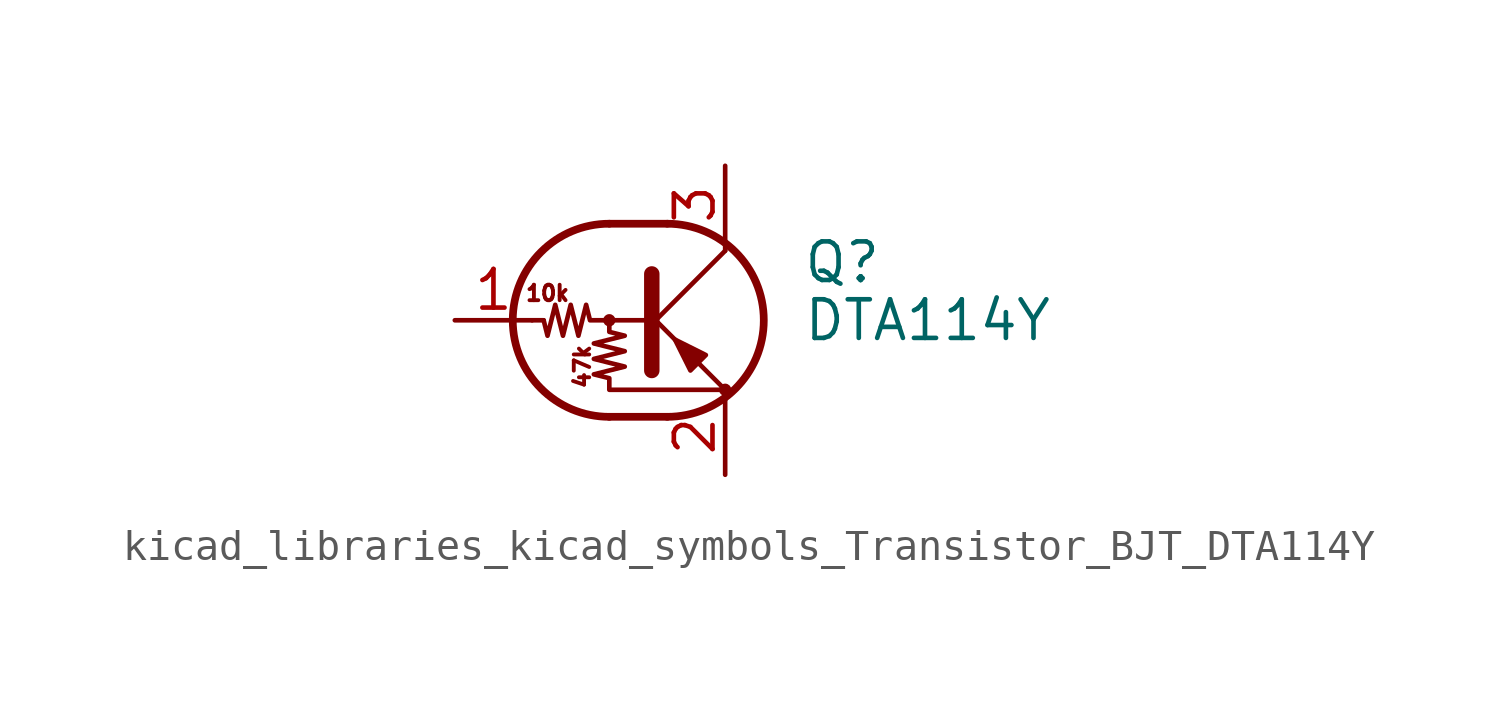
<source format=kicad_sym>
(kicad_symbol_lib
  (version 20220914)
  (generator kicad_symbol_editor)
  (symbol "kicad_libraries_kicad_symbols_Transistor_BJT_DTA114Y"
    (pin_names
      (offset 0) hide)
    (property "Reference" "Q"
      (at 5.08 1.905 0)
      (effects (font (size 1.27 1.27)) (justify left)))
    (property "Value" "DTA114Y"
      (at 5.08 0 0)
      (effects (font (size 1.27 1.27)) (justify left)))
    (symbol "kicad_libraries_kicad_symbols_Transistor_BJT_DTA114Y_0_0"
      (text "10k" (at -3.302 0.889 0) (effects (font (size 0.508 0.508))))
      (text "47k" (at -2.159 -1.524 900) (effects (font (size 0.508 0.508)))))
    (symbol "kicad_libraries_kicad_symbols_Transistor_BJT_DTA114Y_0_1"
      (circle (center -1.27 0) (radius 0.127) (stroke (width 0) (type default)) (fill (type none)))
      (arc (start -1.27 3.175) (mid -4.4312 0) (end -1.27 -3.175) (stroke (width 0.254) (type default)) (fill (type none)))
      (polyline (pts (xy -3.429 0) (xy -3.81 0)) (stroke (width 0) (type default)) (fill (type none)))
      (polyline (pts (xy -1.27 -3.175) (xy 0.635 -3.175)) (stroke (width 0.254) (type default)) (fill (type none)))
      (polyline (pts (xy -1.27 3.175) (xy 0.635 3.175)) (stroke (width 0.254) (type default)) (fill (type none)))
      (polyline (pts (xy 0 -0.254) (xy 2.54 2.286)) (stroke (width 0) (type default)) (fill (type none)))
      (polyline (pts (xy 0.127 1.524) (xy 0.127 -1.651)) (stroke (width 0.508) (type default)) (fill (type outline)))
      (polyline (pts (xy 2.54 2.286) (xy 2.54 2.54)) (stroke (width 0) (type default)) (fill (type none)))
      (polyline (pts (xy 2.54 -2.286) (xy 0 0.254) (xy 0 0.254)) (stroke (width 0) (type default)) (fill (type none)))
      (polyline (pts (xy 1.397 -1.651) (xy 1.905 -1.143) (xy 0.889 -0.635) (xy 1.397 -1.651)) (stroke (width 0) (type default)) (fill (type outline)))
      (polyline (pts (xy 0 0) (xy -1.905 0) (xy -2.032 0.508) (xy -2.286 -0.508) (xy -2.54 0.508) (xy -2.794 -0.508) (xy -3.048 0.508) (xy -3.302 -0.508) (xy -3.429 0)) (stroke (width 0) (type default)) (fill (type none)))
      (polyline (pts (xy -1.27 0) (xy -1.27 -0.381) (xy -0.762 -0.508) (xy -1.778 -0.762) (xy -0.762 -1.016) (xy -1.778 -1.27) (xy -0.762 -1.524) (xy -1.778 -1.778) (xy -1.27 -1.905) (xy -1.27 -2.286) (xy 2.54 -2.286)) (stroke (width 0) (type default)) (fill (type none)))
      (arc (start 0.635 -3.175) (mid 3.7962 0) (end 0.635 3.175) (stroke (width 0.254) (type default)) (fill (type none)))
      (circle (center 2.54 -2.286) (radius 0.127) (stroke (width 0) (type default)) (fill (type none))))
    (symbol "kicad_libraries_kicad_symbols_Transistor_BJT_DTA114Y_1_1"
      (pin input line (at -6.35 0 0) (length 2.54) (name "B" (effects (font (size 1.27 1.27)))) (number "1" (effects (font (size 1.27 1.27)))))
      (pin passive line (at 2.54 -5.08 90) (length 2.54) (name "E" (effects (font (size 1.27 1.27)))) (number "2" (effects (font (size 1.27 1.27)))))
      (pin passive line (at 2.54 5.08 270) (length 2.54) (name "C" (effects (font (size 1.27 1.27)))) (number "3" (effects (font (size 1.27 1.27))))))))
</source>
